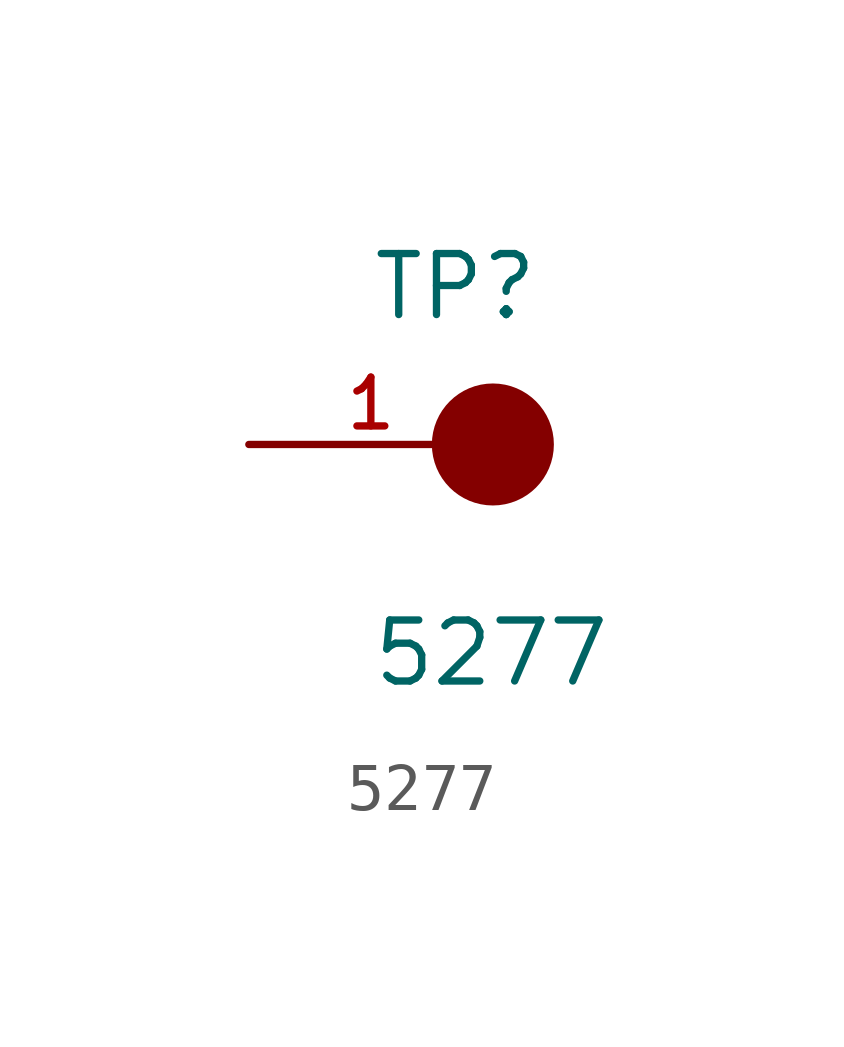
<source format=kicad_sym>
(kicad_symbol_lib
  (version 20211014)
  (generator kicad_symbol_editor)
  (symbol "5277"
    (pin_names
      (offset 1.016))
    (property "Reference" "TP"
      (at -2.544 2.541 0)
      (effects (font (size 1.27 1.27)) (justify bottom left)))
    (property "Value" "5277"
      (at -2.55 -5.087 0)
      (effects (font (size 1.27 1.27)) (justify bottom left)))
    (symbol "5277_0_0"
      (circle (center 0.0 0.0) (radius 0.635) (stroke (width 1.27)) (fill (type none)))
      (pin passive line (at -5.08 0.0 0) (length 5.08) (name "~" (effects (font (size 1.016 1.016)))) (number "1" (effects (font (size 1.016 1.016))))))))
</source>
